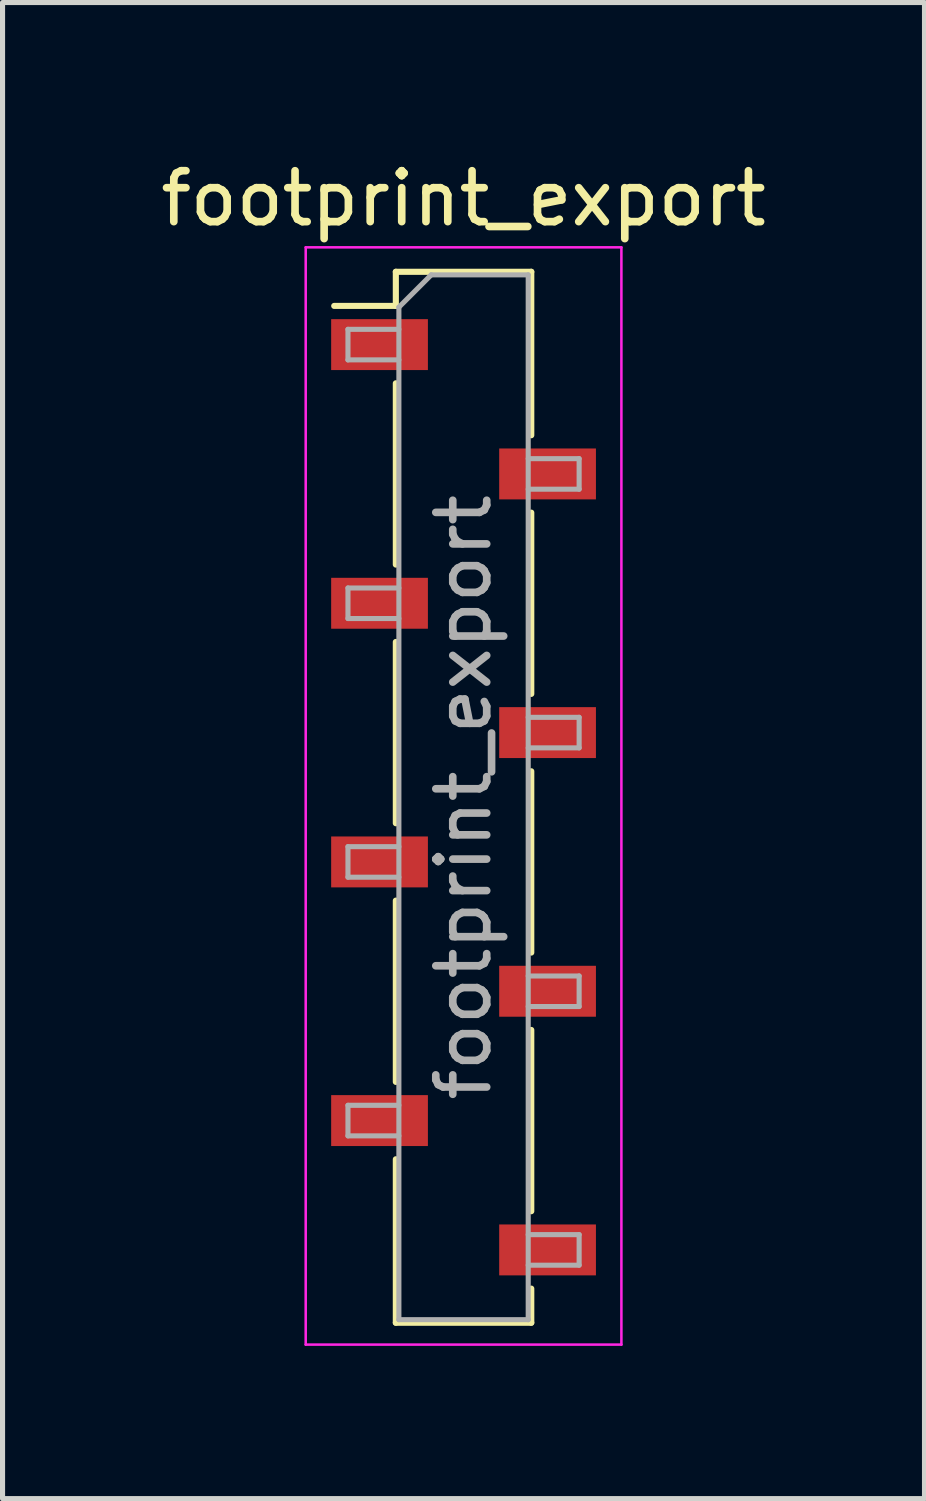
<source format=kicad_pcb>
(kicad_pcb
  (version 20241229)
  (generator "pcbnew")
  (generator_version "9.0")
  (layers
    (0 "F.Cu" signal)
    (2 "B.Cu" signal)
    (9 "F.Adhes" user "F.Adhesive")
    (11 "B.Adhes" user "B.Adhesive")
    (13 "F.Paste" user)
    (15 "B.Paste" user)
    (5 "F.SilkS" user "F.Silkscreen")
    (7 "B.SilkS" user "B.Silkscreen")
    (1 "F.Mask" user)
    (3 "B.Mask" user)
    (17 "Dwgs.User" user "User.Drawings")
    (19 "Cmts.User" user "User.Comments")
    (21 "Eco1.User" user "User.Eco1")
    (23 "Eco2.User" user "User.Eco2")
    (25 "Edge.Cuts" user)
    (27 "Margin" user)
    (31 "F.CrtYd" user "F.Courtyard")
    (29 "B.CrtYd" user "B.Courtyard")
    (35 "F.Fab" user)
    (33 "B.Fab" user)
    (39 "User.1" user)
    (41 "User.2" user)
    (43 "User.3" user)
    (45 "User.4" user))
  (footprint "footprint_export"
    (layer "F.Cu")
    (at 6.054 12.608)
    (property "Reference" "footprint_export" (at 0 -11.76 0) (layer "F.SilkS") (effects (font (size 1 1) (thickness 0.15))))
    (attr smd)
    (fp_line (start -2.54 -9.65) (end -1.33 -9.65) (stroke (width 0.12) (type solid)) (layer "F.SilkS"))
    (fp_line (start -1.33 -10.32) (end -1.33 -9.65) (stroke (width 0.12) (type solid)) (layer "F.SilkS"))
    (fp_line (start -1.33 -10.32) (end 1.33 -10.32) (stroke (width 0.12) (type solid)) (layer "F.SilkS"))
    (fp_line (start -1.33 -8.13) (end -1.33 -4.57) (stroke (width 0.12) (type solid)) (layer "F.SilkS"))
    (fp_line (start -1.33 -3.05) (end -1.33 0.51) (stroke (width 0.12) (type solid)) (layer "F.SilkS"))
    (fp_line (start -1.33 2.03) (end -1.33 5.59) (stroke (width 0.12) (type solid)) (layer "F.SilkS"))
    (fp_line (start -1.33 7.11) (end -1.33 10.32) (stroke (width 0.12) (type solid)) (layer "F.SilkS"))
    (fp_line (start -1.33 10.32) (end 1.33 10.32) (stroke (width 0.12) (type solid)) (layer "F.SilkS"))
    (fp_line (start 1.33 -10.32) (end 1.33 -7.11) (stroke (width 0.12) (type solid)) (layer "F.SilkS"))
    (fp_line (start 1.33 -5.59) (end 1.33 -2.03) (stroke (width 0.12) (type solid)) (layer "F.SilkS"))
    (fp_line (start 1.33 -0.51) (end 1.33 3.05) (stroke (width 0.12) (type solid)) (layer "F.SilkS"))
    (fp_line (start 1.33 4.57) (end 1.33 8.13) (stroke (width 0.12) (type solid)) (layer "F.SilkS"))
    (fp_line (start 1.33 9.65) (end 1.33 10.32) (stroke (width 0.12) (type solid)) (layer "F.SilkS"))
    (fp_line (start -3.1 -10.8) (end 3.1 -10.8) (stroke (width 0.05) (type solid)) (layer "F.CrtYd"))
    (fp_line (start -3.1 10.75) (end -3.1 -10.8) (stroke (width 0.05) (type solid)) (layer "F.CrtYd"))
    (fp_line (start 3.1 -10.8) (end 3.1 10.75) (stroke (width 0.05) (type solid)) (layer "F.CrtYd"))
    (fp_line (start 3.1 10.75) (end -3.1 10.75) (stroke (width 0.05) (type solid)) (layer "F.CrtYd"))
    (fp_line (start -2.27 -9.19) (end -1.27 -9.19) (stroke (width 0.1) (type solid)) (layer "F.Fab"))
    (fp_line (start -2.27 -8.59) (end -2.27 -9.19) (stroke (width 0.1) (type solid)) (layer "F.Fab"))
    (fp_line (start -2.27 -4.11) (end -1.27 -4.11) (stroke (width 0.1) (type solid)) (layer "F.Fab"))
    (fp_line (start -2.27 -3.51) (end -2.27 -4.11) (stroke (width 0.1) (type solid)) (layer "F.Fab"))
    (fp_line (start -2.27 0.97) (end -1.27 0.97) (stroke (width 0.1) (type solid)) (layer "F.Fab"))
    (fp_line (start -2.27 1.57) (end -2.27 0.97) (stroke (width 0.1) (type solid)) (layer "F.Fab"))
    (fp_line (start -2.27 6.05) (end -1.27 6.05) (stroke (width 0.1) (type solid)) (layer "F.Fab"))
    (fp_line (start -2.27 6.65) (end -2.27 6.05) (stroke (width 0.1) (type solid)) (layer "F.Fab"))
    (fp_line (start -1.27 -9.625) (end -0.635 -10.26) (stroke (width 0.1) (type solid)) (layer "F.Fab"))
    (fp_line (start -1.27 -8.59) (end -2.27 -8.59) (stroke (width 0.1) (type solid)) (layer "F.Fab"))
    (fp_line (start -1.27 -3.51) (end -2.27 -3.51) (stroke (width 0.1) (type solid)) (layer "F.Fab"))
    (fp_line (start -1.27 1.57) (end -2.27 1.57) (stroke (width 0.1) (type solid)) (layer "F.Fab"))
    (fp_line (start -1.27 6.65) (end -2.27 6.65) (stroke (width 0.1) (type solid)) (layer "F.Fab"))
    (fp_line (start -1.27 10.26) (end -1.27 -9.625) (stroke (width 0.1) (type solid)) (layer "F.Fab"))
    (fp_line (start -0.635 -10.26) (end 1.27 -10.26) (stroke (width 0.1) (type solid)) (layer "F.Fab"))
    (fp_line (start 1.27 -10.26) (end 1.27 10.26) (stroke (width 0.1) (type solid)) (layer "F.Fab"))
    (fp_line (start 1.27 -6.65) (end 2.27 -6.65) (stroke (width 0.1) (type solid)) (layer "F.Fab"))
    (fp_line (start 1.27 -1.57) (end 2.27 -1.57) (stroke (width 0.1) (type solid)) (layer "F.Fab"))
    (fp_line (start 1.27 3.51) (end 2.27 3.51) (stroke (width 0.1) (type solid)) (layer "F.Fab"))
    (fp_line (start 1.27 8.59) (end 2.27 8.59) (stroke (width 0.1) (type solid)) (layer "F.Fab"))
    (fp_line (start 1.27 10.26) (end -1.27 10.26) (stroke (width 0.1) (type solid)) (layer "F.Fab"))
    (fp_line (start 2.27 -6.65) (end 2.27 -6.05) (stroke (width 0.1) (type solid)) (layer "F.Fab"))
    (fp_line (start 2.27 -6.05) (end 1.27 -6.05) (stroke (width 0.1) (type solid)) (layer "F.Fab"))
    (fp_line (start 2.27 -1.57) (end 2.27 -0.97) (stroke (width 0.1) (type solid)) (layer "F.Fab"))
    (fp_line (start 2.27 -0.97) (end 1.27 -0.97) (stroke (width 0.1) (type solid)) (layer "F.Fab"))
    (fp_line (start 2.27 3.51) (end 2.27 4.11) (stroke (width 0.1) (type solid)) (layer "F.Fab"))
    (fp_line (start 2.27 4.11) (end 1.27 4.11) (stroke (width 0.1) (type solid)) (layer "F.Fab"))
    (fp_line (start 2.27 8.59) (end 2.27 9.19) (stroke (width 0.1) (type solid)) (layer "F.Fab"))
    (fp_line (start 2.27 9.19) (end 1.27 9.19) (stroke (width 0.1) (type solid)) (layer "F.Fab"))
    (fp_text user "${REFERENCE}" (at 0 0 90) (layer "F.Fab") (effects (font (size 1 1) (thickness 0.15))))
    (pad "1" smd rect (at -1.65 -8.89) (size 1.9 1) (layers "F.Cu" "F.Mask" "F.Paste"))
    (pad "2" smd rect (at 1.65 -6.35) (size 1.9 1) (layers "F.Cu" "F.Mask" "F.Paste"))
    (pad "3" smd rect (at -1.65 -3.81) (size 1.9 1) (layers "F.Cu" "F.Mask" "F.Paste"))
    (pad "4" smd rect (at 1.65 -1.27) (size 1.9 1) (layers "F.Cu" "F.Mask" "F.Paste"))
    (pad "5" smd rect (at -1.65 1.27) (size 1.9 1) (layers "F.Cu" "F.Mask" "F.Paste"))
    (pad "6" smd rect (at 1.65 3.81) (size 1.9 1) (layers "F.Cu" "F.Mask" "F.Paste"))
    (pad "7" smd rect (at -1.65 6.35) (size 1.9 1) (layers "F.Cu" "F.Mask" "F.Paste"))
    (pad "8" smd rect (at 1.65 8.89) (size 1.9 1) (layers "F.Cu" "F.Mask" "F.Paste")))
  (gr_rect
    (start -3 -3)
    (end 15.107 26.383)
    (stroke (width 0.1) (type default))
    (fill no)
    (layer "Edge.Cuts")))
</source>
